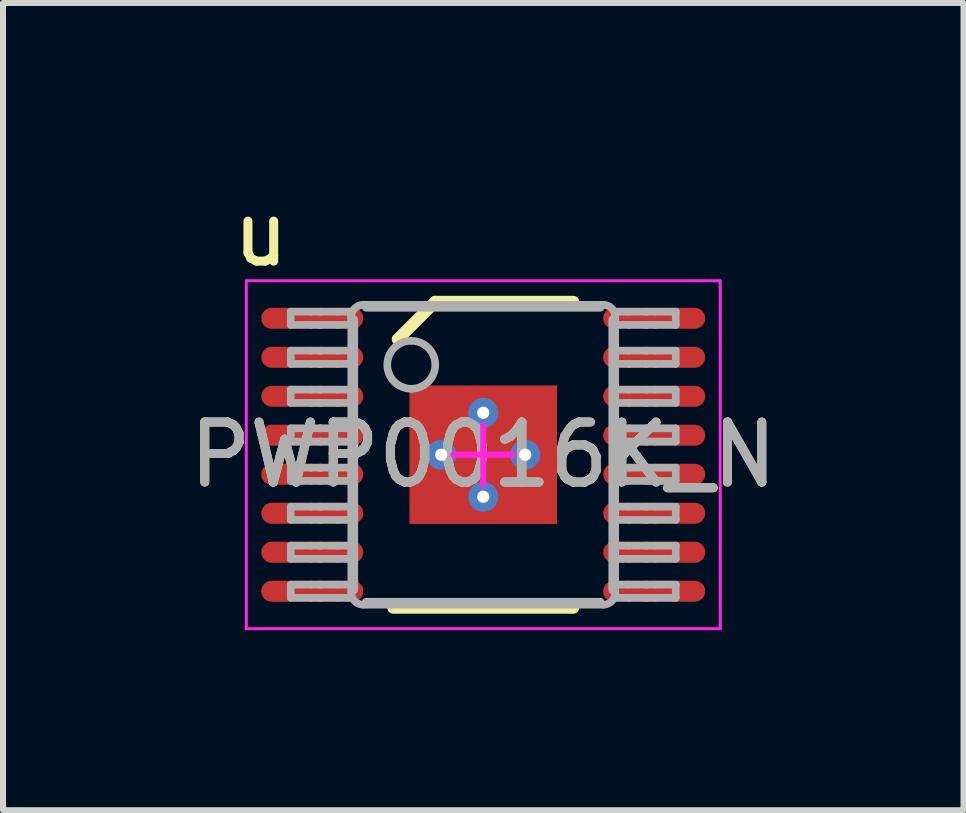
<source format=kicad_pcb>
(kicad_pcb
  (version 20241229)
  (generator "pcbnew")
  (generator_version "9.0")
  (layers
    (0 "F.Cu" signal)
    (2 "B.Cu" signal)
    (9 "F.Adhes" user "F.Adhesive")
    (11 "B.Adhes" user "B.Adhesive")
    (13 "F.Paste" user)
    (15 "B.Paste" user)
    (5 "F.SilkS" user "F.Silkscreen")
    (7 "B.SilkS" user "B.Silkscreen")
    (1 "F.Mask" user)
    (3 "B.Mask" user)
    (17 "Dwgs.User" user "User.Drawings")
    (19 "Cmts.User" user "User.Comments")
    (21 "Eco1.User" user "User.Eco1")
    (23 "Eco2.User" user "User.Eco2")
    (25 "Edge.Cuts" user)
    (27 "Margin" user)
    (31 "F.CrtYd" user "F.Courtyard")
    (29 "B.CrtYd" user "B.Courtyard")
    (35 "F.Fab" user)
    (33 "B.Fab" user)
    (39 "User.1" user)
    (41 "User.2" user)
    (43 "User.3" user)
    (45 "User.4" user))
  (footprint "PWP0016K_N"
    (layer "F.Cu")
    (at 5.006 4.531)
    (property "Reference" "PWP0016K_N" (at 0 0 0) (unlocked yes) (layer "F.SilkS") (effects (font (size 1 1) (thickness 0.15))))
    (attr smd)
    (fp_line (start -1.5 2.55) (end 1.5 2.55) (stroke (width 0.2) (type solid)) (layer "F.SilkS"))
    (fp_line (start -1.425 -1.925) (end -0.8 -2.55) (stroke (width 0.2) (type solid)) (layer "F.SilkS"))
    (fp_line (start -0.8 -2.55) (end 1.5 -2.55) (stroke (width 0.2) (type solid)) (layer "F.SilkS"))
    (fp_line (start -3.95 -2.9) (end 3.95 -2.9) (stroke (width 0.05) (type solid)) (layer "F.CrtYd"))
    (fp_line (start -3.95 2.9) (end -3.95 -2.9) (stroke (width 0.05) (type solid)) (layer "F.CrtYd"))
    (fp_line (start -3.95 2.9) (end 3.95 2.9) (stroke (width 0.05) (type solid)) (layer "F.CrtYd"))
    (fp_line (start -0.5 0.000003) (end 0.5 0.000003) (stroke (width 0.1) (type solid)) (layer "F.CrtYd"))
    (fp_line (start 0 0.5) (end 0 -0.5) (stroke (width 0.1) (type solid)) (layer "F.CrtYd"))
    (fp_line (start 3.95 2.9) (end 3.95 -2.9) (stroke (width 0.05) (type solid)) (layer "F.CrtYd"))
    (fp_line (start -3.209 -2.385) (end -2.871 -2.385) (stroke (width 0.127) (type solid)) (layer "F.Fab"))
    (fp_line (start -3.209 -2.165) (end -3.209 -2.385) (stroke (width 0.127) (type solid)) (layer "F.Fab"))
    (fp_line (start -3.209 -2.165) (end -2.871 -2.165) (stroke (width 0.127) (type solid)) (layer "F.Fab"))
    (fp_line (start -3.209 -1.735) (end -2.871 -1.735) (stroke (width 0.127) (type solid)) (layer "F.Fab"))
    (fp_line (start -3.209 -1.515) (end -3.209 -1.735) (stroke (width 0.127) (type solid)) (layer "F.Fab"))
    (fp_line (start -3.209 -1.515) (end -2.871 -1.515) (stroke (width 0.127) (type solid)) (layer "F.Fab"))
    (fp_line (start -3.209 -1.085) (end -2.871 -1.085) (stroke (width 0.127) (type solid)) (layer "F.Fab"))
    (fp_line (start -3.209 -0.865) (end -3.209 -1.085) (stroke (width 0.127) (type solid)) (layer "F.Fab"))
    (fp_line (start -3.209 -0.865) (end -2.871 -0.865) (stroke (width 0.127) (type solid)) (layer "F.Fab"))
    (fp_line (start -3.209 -0.44) (end -2.871 -0.44) (stroke (width 0.127) (type solid)) (layer "F.Fab"))
    (fp_line (start -3.209 -0.22) (end -3.209 -0.44) (stroke (width 0.127) (type solid)) (layer "F.Fab"))
    (fp_line (start -3.209 -0.22) (end -2.871 -0.22) (stroke (width 0.127) (type solid)) (layer "F.Fab"))
    (fp_line (start -3.209 0.215) (end -2.871 0.215) (stroke (width 0.127) (type solid)) (layer "F.Fab"))
    (fp_line (start -3.209 0.435) (end -3.209 0.215) (stroke (width 0.127) (type solid)) (layer "F.Fab"))
    (fp_line (start -3.209 0.435) (end -2.871 0.435) (stroke (width 0.127) (type solid)) (layer "F.Fab"))
    (fp_line (start -3.209 0.865) (end -2.871 0.865) (stroke (width 0.127) (type solid)) (layer "F.Fab"))
    (fp_line (start -3.209 1.085) (end -3.209 0.865) (stroke (width 0.127) (type solid)) (layer "F.Fab"))
    (fp_line (start -3.209 1.085) (end -2.871 1.085) (stroke (width 0.127) (type solid)) (layer "F.Fab"))
    (fp_line (start -3.209 1.515) (end -2.871 1.515) (stroke (width 0.127) (type solid)) (layer "F.Fab"))
    (fp_line (start -3.209 1.735) (end -3.209 1.515) (stroke (width 0.127) (type solid)) (layer "F.Fab"))
    (fp_line (start -3.209 1.735) (end -2.871 1.735) (stroke (width 0.127) (type solid)) (layer "F.Fab"))
    (fp_line (start -3.209 2.165) (end -2.871 2.165) (stroke (width 0.127) (type solid)) (layer "F.Fab"))
    (fp_line (start -3.209 2.385) (end -3.209 2.165) (stroke (width 0.127) (type solid)) (layer "F.Fab"))
    (fp_line (start -3.209 2.385) (end -2.871 2.385) (stroke (width 0.127) (type solid)) (layer "F.Fab"))
    (fp_line (start -2.871 -2.385) (end -2.723 -2.385) (stroke (width 0.127) (type solid)) (layer "F.Fab"))
    (fp_line (start -2.871 -2.165) (end -2.723 -2.165) (stroke (width 0.127) (type solid)) (layer "F.Fab"))
    (fp_line (start -2.871 -1.735) (end -2.723 -1.735) (stroke (width 0.127) (type solid)) (layer "F.Fab"))
    (fp_line (start -2.871 -1.515) (end -2.723 -1.515) (stroke (width 0.127) (type solid)) (layer "F.Fab"))
    (fp_line (start -2.871 -1.085) (end -2.723 -1.085) (stroke (width 0.127) (type solid)) (layer "F.Fab"))
    (fp_line (start -2.871 -0.865) (end -2.723 -0.865) (stroke (width 0.127) (type solid)) (layer "F.Fab"))
    (fp_line (start -2.871 -0.44) (end -2.723 -0.44) (stroke (width 0.127) (type solid)) (layer "F.Fab"))
    (fp_line (start -2.871 -0.22) (end -2.723 -0.22) (stroke (width 0.127) (type solid)) (layer "F.Fab"))
    (fp_line (start -2.871 0.215) (end -2.723 0.215) (stroke (width 0.127) (type solid)) (layer "F.Fab"))
    (fp_line (start -2.871 0.435) (end -2.723 0.435) (stroke (width 0.127) (type solid)) (layer "F.Fab"))
    (fp_line (start -2.871 0.865) (end -2.723 0.865) (stroke (width 0.127) (type solid)) (layer "F.Fab"))
    (fp_line (start -2.871 1.085) (end -2.723 1.085) (stroke (width 0.127) (type solid)) (layer "F.Fab"))
    (fp_line (start -2.871 1.515) (end -2.723 1.515) (stroke (width 0.127) (type solid)) (layer "F.Fab"))
    (fp_line (start -2.871 1.735) (end -2.723 1.735) (stroke (width 0.127) (type solid)) (layer "F.Fab"))
    (fp_line (start -2.871 2.165) (end -2.723 2.165) (stroke (width 0.127) (type solid)) (layer "F.Fab"))
    (fp_line (start -2.871 2.385) (end -2.723 2.385) (stroke (width 0.127) (type solid)) (layer "F.Fab"))
    (fp_line (start -2.723 -2.385) (end -2.714 -2.385) (stroke (width 0.127) (type solid)) (layer "F.Fab"))
    (fp_line (start -2.723 -2.165) (end -2.714 -2.165) (stroke (width 0.127) (type solid)) (layer "F.Fab"))
    (fp_line (start -2.723 -1.735) (end -2.714 -1.735) (stroke (width 0.127) (type solid)) (layer "F.Fab"))
    (fp_line (start -2.723 -1.515) (end -2.714 -1.515) (stroke (width 0.127) (type solid)) (layer "F.Fab"))
    (fp_line (start -2.723 -1.085) (end -2.714 -1.085) (stroke (width 0.127) (type solid)) (layer "F.Fab"))
    (fp_line (start -2.723 -0.865) (end -2.714 -0.865) (stroke (width 0.127) (type solid)) (layer "F.Fab"))
    (fp_line (start -2.723 -0.44) (end -2.714 -0.44) (stroke (width 0.127) (type solid)) (layer "F.Fab"))
    (fp_line (start -2.723 -0.22) (end -2.714 -0.22) (stroke (width 0.127) (type solid)) (layer "F.Fab"))
    (fp_line (start -2.723 0.215) (end -2.714 0.215) (stroke (width 0.127) (type solid)) (layer "F.Fab"))
    (fp_line (start -2.723 0.435) (end -2.714 0.435) (stroke (width 0.127) (type solid)) (layer "F.Fab"))
    (fp_line (start -2.723 0.865) (end -2.714 0.865) (stroke (width 0.127) (type solid)) (layer "F.Fab"))
    (fp_line (start -2.723 1.085) (end -2.714 1.085) (stroke (width 0.127) (type solid)) (layer "F.Fab"))
    (fp_line (start -2.723 1.515) (end -2.714 1.515) (stroke (width 0.127) (type solid)) (layer "F.Fab"))
    (fp_line (start -2.723 1.735) (end -2.714 1.735) (stroke (width 0.127) (type solid)) (layer "F.Fab"))
    (fp_line (start -2.723 2.165) (end -2.714 2.165) (stroke (width 0.127) (type solid)) (layer "F.Fab"))
    (fp_line (start -2.723 2.385) (end -2.714 2.385) (stroke (width 0.127) (type solid)) (layer "F.Fab"))
    (fp_line (start -2.714 -2.385) (end -2.429 -2.385) (stroke (width 0.127) (type solid)) (layer "F.Fab"))
    (fp_line (start -2.714 -2.165) (end -2.429 -2.165) (stroke (width 0.127) (type solid)) (layer "F.Fab"))
    (fp_line (start -2.714 -1.735) (end -2.429 -1.735) (stroke (width 0.127) (type solid)) (layer "F.Fab"))
    (fp_line (start -2.714 -1.515) (end -2.429 -1.515) (stroke (width 0.127) (type solid)) (layer "F.Fab"))
    (fp_line (start -2.714 -1.085) (end -2.429 -1.085) (stroke (width 0.127) (type solid)) (layer "F.Fab"))
    (fp_line (start -2.714 -0.865) (end -2.429 -0.865) (stroke (width 0.127) (type solid)) (layer "F.Fab"))
    (fp_line (start -2.714 -0.44) (end -2.429 -0.44) (stroke (width 0.127) (type solid)) (layer "F.Fab"))
    (fp_line (start -2.714 -0.22) (end -2.429 -0.22) (stroke (width 0.127) (type solid)) (layer "F.Fab"))
    (fp_line (start -2.714 0.215) (end -2.429 0.215) (stroke (width 0.127) (type solid)) (layer "F.Fab"))
    (fp_line (start -2.714 0.435) (end -2.429 0.435) (stroke (width 0.127) (type solid)) (layer "F.Fab"))
    (fp_line (start -2.714 0.865) (end -2.429 0.865) (stroke (width 0.127) (type solid)) (layer "F.Fab"))
    (fp_line (start -2.714 1.085) (end -2.429 1.085) (stroke (width 0.127) (type solid)) (layer "F.Fab"))
    (fp_line (start -2.714 1.515) (end -2.429 1.515) (stroke (width 0.127) (type solid)) (layer "F.Fab"))
    (fp_line (start -2.714 1.735) (end -2.429 1.735) (stroke (width 0.127) (type solid)) (layer "F.Fab"))
    (fp_line (start -2.714 2.165) (end -2.429 2.165) (stroke (width 0.127) (type solid)) (layer "F.Fab"))
    (fp_line (start -2.714 2.385) (end -2.429 2.385) (stroke (width 0.127) (type solid)) (layer "F.Fab"))
    (fp_line (start -2.429 -2.385) (end -2.2 -2.385) (stroke (width 0.127) (type solid)) (layer "F.Fab"))
    (fp_line (start -2.429 -2.165) (end -2.2 -2.165) (stroke (width 0.127) (type solid)) (layer "F.Fab"))
    (fp_line (start -2.429 -1.735) (end -2.2 -1.735) (stroke (width 0.127) (type solid)) (layer "F.Fab"))
    (fp_line (start -2.429 -1.515) (end -2.2 -1.515) (stroke (width 0.127) (type solid)) (layer "F.Fab"))
    (fp_line (start -2.429 -1.085) (end -2.2 -1.085) (stroke (width 0.127) (type solid)) (layer "F.Fab"))
    (fp_line (start -2.429 -0.865) (end -2.2 -0.865) (stroke (width 0.127) (type solid)) (layer "F.Fab"))
    (fp_line (start -2.429 -0.44) (end -2.2 -0.44) (stroke (width 0.127) (type solid)) (layer "F.Fab"))
    (fp_line (start -2.429 -0.22) (end -2.2 -0.22) (stroke (width 0.127) (type solid)) (layer "F.Fab"))
    (fp_line (start -2.429 0.215) (end -2.2 0.215) (stroke (width 0.127) (type solid)) (layer "F.Fab"))
    (fp_line (start -2.429 0.435) (end -2.2 0.435) (stroke (width 0.127) (type solid)) (layer "F.Fab"))
    (fp_line (start -2.429 0.865) (end -2.2 0.865) (stroke (width 0.127) (type solid)) (layer "F.Fab"))
    (fp_line (start -2.429 1.085) (end -2.2 1.085) (stroke (width 0.127) (type solid)) (layer "F.Fab"))
    (fp_line (start -2.429 1.515) (end -2.2 1.515) (stroke (width 0.127) (type solid)) (layer "F.Fab"))
    (fp_line (start -2.429 1.735) (end -2.2 1.735) (stroke (width 0.127) (type solid)) (layer "F.Fab"))
    (fp_line (start -2.429 2.165) (end -2.2 2.165) (stroke (width 0.127) (type solid)) (layer "F.Fab"))
    (fp_line (start -2.429 2.385) (end -2.2 2.385) (stroke (width 0.127) (type solid)) (layer "F.Fab"))
    (fp_line (start -2.2 -2.165) (end -2.2 -2.385) (stroke (width 0.127) (type solid)) (layer "F.Fab"))
    (fp_line (start -2.2 -1.515) (end -2.2 -1.735) (stroke (width 0.127) (type solid)) (layer "F.Fab"))
    (fp_line (start -2.2 -0.865) (end -2.2 -1.085) (stroke (width 0.127) (type solid)) (layer "F.Fab"))
    (fp_line (start -2.2 -0.22) (end -2.2 -0.44) (stroke (width 0.127) (type solid)) (layer "F.Fab"))
    (fp_line (start -2.2 0.435) (end -2.2 0.215) (stroke (width 0.127) (type solid)) (layer "F.Fab"))
    (fp_line (start -2.2 1.085) (end -2.2 0.865) (stroke (width 0.127) (type solid)) (layer "F.Fab"))
    (fp_line (start -2.2 1.735) (end -2.2 1.515) (stroke (width 0.127) (type solid)) (layer "F.Fab"))
    (fp_line (start -2.2 2.3) (end -2.2 -2.3) (stroke (width 0.127) (type solid)) (layer "F.Fab"))
    (fp_line (start -2.2 2.385) (end -2.2 2.165) (stroke (width 0.127) (type solid)) (layer "F.Fab"))
    (fp_line (start -2.15 2.256) (end -2.15 -2.256) (stroke (width 0.127) (type solid)) (layer "F.Fab"))
    (fp_line (start -2 -2.5) (end 2 -2.5) (stroke (width 0.127) (type solid)) (layer "F.Fab"))
    (fp_line (start -2 2.5) (end 2 2.5) (stroke (width 0.127) (type solid)) (layer "F.Fab"))
    (fp_line (start -1.956 -2.45) (end 1.956 -2.45) (stroke (width 0.127) (type solid)) (layer "F.Fab"))
    (fp_line (start -1.956 2.45) (end 1.956 2.45) (stroke (width 0.127) (type solid)) (layer "F.Fab"))
    (fp_line (start 2.15 2.256) (end 2.15 -2.256) (stroke (width 0.127) (type solid)) (layer "F.Fab"))
    (fp_line (start 2.2 -2.385) (end 2.429 -2.385) (stroke (width 0.127) (type solid)) (layer "F.Fab"))
    (fp_line (start 2.2 -2.165) (end 2.2 -2.385) (stroke (width 0.127) (type solid)) (layer "F.Fab"))
    (fp_line (start 2.2 -2.165) (end 2.429 -2.165) (stroke (width 0.127) (type solid)) (layer "F.Fab"))
    (fp_line (start 2.2 -1.735) (end 2.429 -1.735) (stroke (width 0.127) (type solid)) (layer "F.Fab"))
    (fp_line (start 2.2 -1.515) (end 2.2 -1.735) (stroke (width 0.127) (type solid)) (layer "F.Fab"))
    (fp_line (start 2.2 -1.515) (end 2.429 -1.515) (stroke (width 0.127) (type solid)) (layer "F.Fab"))
    (fp_line (start 2.2 -1.085) (end 2.429 -1.085) (stroke (width 0.127) (type solid)) (layer "F.Fab"))
    (fp_line (start 2.2 -0.865) (end 2.2 -1.085) (stroke (width 0.127) (type solid)) (layer "F.Fab"))
    (fp_line (start 2.2 -0.865) (end 2.429 -0.865) (stroke (width 0.127) (type solid)) (layer "F.Fab"))
    (fp_line (start 2.2 -0.44) (end 2.429 -0.44) (stroke (width 0.127) (type solid)) (layer "F.Fab"))
    (fp_line (start 2.2 -0.22) (end 2.2 -0.44) (stroke (width 0.127) (type solid)) (layer "F.Fab"))
    (fp_line (start 2.2 -0.22) (end 2.429 -0.22) (stroke (width 0.127) (type solid)) (layer "F.Fab"))
    (fp_line (start 2.2 0.215) (end 2.429 0.215) (stroke (width 0.127) (type solid)) (layer "F.Fab"))
    (fp_line (start 2.2 0.435) (end 2.2 0.215) (stroke (width 0.127) (type solid)) (layer "F.Fab"))
    (fp_line (start 2.2 0.435) (end 2.429 0.435) (stroke (width 0.127) (type solid)) (layer "F.Fab"))
    (fp_line (start 2.2 0.865) (end 2.429 0.865) (stroke (width 0.127) (type solid)) (layer "F.Fab"))
    (fp_line (start 2.2 1.085) (end 2.2 0.865) (stroke (width 0.127) (type solid)) (layer "F.Fab"))
    (fp_line (start 2.2 1.085) (end 2.429 1.085) (stroke (width 0.127) (type solid)) (layer "F.Fab"))
    (fp_line (start 2.2 1.515) (end 2.429 1.515) (stroke (width 0.127) (type solid)) (layer "F.Fab"))
    (fp_line (start 2.2 1.735) (end 2.2 1.515) (stroke (width 0.127) (type solid)) (layer "F.Fab"))
    (fp_line (start 2.2 1.735) (end 2.429 1.735) (stroke (width 0.127) (type solid)) (layer "F.Fab"))
    (fp_line (start 2.2 2.165) (end 2.429 2.165) (stroke (width 0.127) (type solid)) (layer "F.Fab"))
    (fp_line (start 2.2 2.3) (end 2.2 -2.3) (stroke (width 0.127) (type solid)) (layer "F.Fab"))
    (fp_line (start 2.2 2.385) (end 2.2 2.165) (stroke (width 0.127) (type solid)) (layer "F.Fab"))
    (fp_line (start 2.2 2.385) (end 2.429 2.385) (stroke (width 0.127) (type solid)) (layer "F.Fab"))
    (fp_line (start 2.429 -2.385) (end 2.714 -2.385) (stroke (width 0.127) (type solid)) (layer "F.Fab"))
    (fp_line (start 2.429 -2.165) (end 2.714 -2.165) (stroke (width 0.127) (type solid)) (layer "F.Fab"))
    (fp_line (start 2.429 -1.735) (end 2.714 -1.735) (stroke (width 0.127) (type solid)) (layer "F.Fab"))
    (fp_line (start 2.429 -1.515) (end 2.714 -1.515) (stroke (width 0.127) (type solid)) (layer "F.Fab"))
    (fp_line (start 2.429 -1.085) (end 2.714 -1.085) (stroke (width 0.127) (type solid)) (layer "F.Fab"))
    (fp_line (start 2.429 -0.865) (end 2.714 -0.865) (stroke (width 0.127) (type solid)) (layer "F.Fab"))
    (fp_line (start 2.429 -0.44) (end 2.714 -0.44) (stroke (width 0.127) (type solid)) (layer "F.Fab"))
    (fp_line (start 2.429 -0.22) (end 2.714 -0.22) (stroke (width 0.127) (type solid)) (layer "F.Fab"))
    (fp_line (start 2.429 0.215) (end 2.714 0.215) (stroke (width 0.127) (type solid)) (layer "F.Fab"))
    (fp_line (start 2.429 0.435) (end 2.714 0.435) (stroke (width 0.127) (type solid)) (layer "F.Fab"))
    (fp_line (start 2.429 0.865) (end 2.714 0.865) (stroke (width 0.127) (type solid)) (layer "F.Fab"))
    (fp_line (start 2.429 1.085) (end 2.714 1.085) (stroke (width 0.127) (type solid)) (layer "F.Fab"))
    (fp_line (start 2.429 1.515) (end 2.714 1.515) (stroke (width 0.127) (type solid)) (layer "F.Fab"))
    (fp_line (start 2.429 1.735) (end 2.714 1.735) (stroke (width 0.127) (type solid)) (layer "F.Fab"))
    (fp_line (start 2.429 2.165) (end 2.714 2.165) (stroke (width 0.127) (type solid)) (layer "F.Fab"))
    (fp_line (start 2.429 2.385) (end 2.714 2.385) (stroke (width 0.127) (type solid)) (layer "F.Fab"))
    (fp_line (start 2.714 -2.385) (end 2.723 -2.385) (stroke (width 0.127) (type solid)) (layer "F.Fab"))
    (fp_line (start 2.714 -2.165) (end 2.723 -2.165) (stroke (width 0.127) (type solid)) (layer "F.Fab"))
    (fp_line (start 2.714 -1.735) (end 2.723 -1.735) (stroke (width 0.127) (type solid)) (layer "F.Fab"))
    (fp_line (start 2.714 -1.515) (end 2.723 -1.515) (stroke (width 0.127) (type solid)) (layer "F.Fab"))
    (fp_line (start 2.714 -1.085) (end 2.723 -1.085) (stroke (width 0.127) (type solid)) (layer "F.Fab"))
    (fp_line (start 2.714 -0.865) (end 2.723 -0.865) (stroke (width 0.127) (type solid)) (layer "F.Fab"))
    (fp_line (start 2.714 -0.44) (end 2.723 -0.44) (stroke (width 0.127) (type solid)) (layer "F.Fab"))
    (fp_line (start 2.714 -0.22) (end 2.723 -0.22) (stroke (width 0.127) (type solid)) (layer "F.Fab"))
    (fp_line (start 2.714 0.215) (end 2.723 0.215) (stroke (width 0.127) (type solid)) (layer "F.Fab"))
    (fp_line (start 2.714 0.435) (end 2.723 0.435) (stroke (width 0.127) (type solid)) (layer "F.Fab"))
    (fp_line (start 2.714 0.865) (end 2.723 0.865) (stroke (width 0.127) (type solid)) (layer "F.Fab"))
    (fp_line (start 2.714 1.085) (end 2.723 1.085) (stroke (width 0.127) (type solid)) (layer "F.Fab"))
    (fp_line (start 2.714 1.515) (end 2.723 1.515) (stroke (width 0.127) (type solid)) (layer "F.Fab"))
    (fp_line (start 2.714 1.735) (end 2.723 1.735) (stroke (width 0.127) (type solid)) (layer "F.Fab"))
    (fp_line (start 2.714 2.165) (end 2.723 2.165) (stroke (width 0.127) (type solid)) (layer "F.Fab"))
    (fp_line (start 2.714 2.385) (end 2.723 2.385) (stroke (width 0.127) (type solid)) (layer "F.Fab"))
    (fp_line (start 2.723 -2.385) (end 2.871 -2.385) (stroke (width 0.127) (type solid)) (layer "F.Fab"))
    (fp_line (start 2.723 -2.165) (end 2.871 -2.165) (stroke (width 0.127) (type solid)) (layer "F.Fab"))
    (fp_line (start 2.723 -1.735) (end 2.871 -1.735) (stroke (width 0.127) (type solid)) (layer "F.Fab"))
    (fp_line (start 2.723 -1.515) (end 2.871 -1.515) (stroke (width 0.127) (type solid)) (layer "F.Fab"))
    (fp_line (start 2.723 -1.085) (end 2.871 -1.085) (stroke (width 0.127) (type solid)) (layer "F.Fab"))
    (fp_line (start 2.723 -0.865) (end 2.871 -0.865) (stroke (width 0.127) (type solid)) (layer "F.Fab"))
    (fp_line (start 2.723 -0.44) (end 2.871 -0.44) (stroke (width 0.127) (type solid)) (layer "F.Fab"))
    (fp_line (start 2.723 -0.22) (end 2.871 -0.22) (stroke (width 0.127) (type solid)) (layer "F.Fab"))
    (fp_line (start 2.723 0.215) (end 2.871 0.215) (stroke (width 0.127) (type solid)) (layer "F.Fab"))
    (fp_line (start 2.723 0.435) (end 2.871 0.435) (stroke (width 0.127) (type solid)) (layer "F.Fab"))
    (fp_line (start 2.723 0.865) (end 2.871 0.865) (stroke (width 0.127) (type solid)) (layer "F.Fab"))
    (fp_line (start 2.723 1.085) (end 2.871 1.085) (stroke (width 0.127) (type solid)) (layer "F.Fab"))
    (fp_line (start 2.723 1.515) (end 2.871 1.515) (stroke (width 0.127) (type solid)) (layer "F.Fab"))
    (fp_line (start 2.723 1.735) (end 2.871 1.735) (stroke (width 0.127) (type solid)) (layer "F.Fab"))
    (fp_line (start 2.723 2.165) (end 2.871 2.165) (stroke (width 0.127) (type solid)) (layer "F.Fab"))
    (fp_line (start 2.723 2.385) (end 2.871 2.385) (stroke (width 0.127) (type solid)) (layer "F.Fab"))
    (fp_line (start 2.871 -2.385) (end 3.209 -2.385) (stroke (width 0.127) (type solid)) (layer "F.Fab"))
    (fp_line (start 2.871 -2.165) (end 3.209 -2.165) (stroke (width 0.127) (type solid)) (layer "F.Fab"))
    (fp_line (start 2.871 -1.735) (end 3.209 -1.735) (stroke (width 0.127) (type solid)) (layer "F.Fab"))
    (fp_line (start 2.871 -1.515) (end 3.209 -1.515) (stroke (width 0.127) (type solid)) (layer "F.Fab"))
    (fp_line (start 2.871 -1.085) (end 3.209 -1.085) (stroke (width 0.127) (type solid)) (layer "F.Fab"))
    (fp_line (start 2.871 -0.865) (end 3.209 -0.865) (stroke (width 0.127) (type solid)) (layer "F.Fab"))
    (fp_line (start 2.871 -0.44) (end 3.209 -0.44) (stroke (width 0.127) (type solid)) (layer "F.Fab"))
    (fp_line (start 2.871 -0.22) (end 3.209 -0.22) (stroke (width 0.127) (type solid)) (layer "F.Fab"))
    (fp_line (start 2.871 0.215) (end 3.209 0.215) (stroke (width 0.127) (type solid)) (layer "F.Fab"))
    (fp_line (start 2.871 0.435) (end 3.209 0.435) (stroke (width 0.127) (type solid)) (layer "F.Fab"))
    (fp_line (start 2.871 0.865) (end 3.209 0.865) (stroke (width 0.127) (type solid)) (layer "F.Fab"))
    (fp_line (start 2.871 1.085) (end 3.209 1.085) (stroke (width 0.127) (type solid)) (layer "F.Fab"))
    (fp_line (start 2.871 1.515) (end 3.209 1.515) (stroke (width 0.127) (type solid)) (layer "F.Fab"))
    (fp_line (start 2.871 1.735) (end 3.209 1.735) (stroke (width 0.127) (type solid)) (layer "F.Fab"))
    (fp_line (start 2.871 2.165) (end 3.209 2.165) (stroke (width 0.127) (type solid)) (layer "F.Fab"))
    (fp_line (start 2.871 2.385) (end 3.209 2.385) (stroke (width 0.127) (type solid)) (layer "F.Fab"))
    (fp_line (start 3.209 -2.165) (end 3.209 -2.385) (stroke (width 0.127) (type solid)) (layer "F.Fab"))
    (fp_line (start 3.209 -1.515) (end 3.209 -1.735) (stroke (width 0.127) (type solid)) (layer "F.Fab"))
    (fp_line (start 3.209 -0.865) (end 3.209 -1.085) (stroke (width 0.127) (type solid)) (layer "F.Fab"))
    (fp_line (start 3.209 -0.22) (end 3.209 -0.44) (stroke (width 0.127) (type solid)) (layer "F.Fab"))
    (fp_line (start 3.209 0.435) (end 3.209 0.215) (stroke (width 0.127) (type solid)) (layer "F.Fab"))
    (fp_line (start 3.209 1.085) (end 3.209 0.865) (stroke (width 0.127) (type solid)) (layer "F.Fab"))
    (fp_line (start 3.209 1.735) (end 3.209 1.515) (stroke (width 0.127) (type solid)) (layer "F.Fab"))
    (fp_line (start 3.209 2.385) (end 3.209 2.165) (stroke (width 0.127) (type solid)) (layer "F.Fab"))
    (fp_arc (start -2.200001 -2.300015) (mid -2.141422 -2.441437) (end -2.000001 -2.500015) (stroke (width 0.127) (type solid)) (layer "F.Fab"))
    (fp_arc (start -2.000001 2.5) (mid -2.141422 2.441422) (end -2.200001 2.3) (stroke (width 0.127) (type solid)) (layer "F.Fab"))
    (fp_arc (start -1.200003 -1.900017) (mid -0.800003 -1.500017) (end -1.200003 -1.100018) (stroke (width 0.127) (type solid)) (layer "F.Fab"))
    (fp_arc (start -1.200003 -1.100018) (mid -1.600002 -1.500017) (end -1.200003 -1.900017) (stroke (width 0.127) (type solid)) (layer "F.Fab"))
    (fp_arc (start 1.999991 -2.500015) (mid 2.141412 -2.441437) (end 2.199991 -2.300016) (stroke (width 0.127) (type solid)) (layer "F.Fab"))
    (fp_arc (start 2.199991 2.3) (mid 2.141412 2.441422) (end 1.999991 2.5) (stroke (width 0.127) (type solid)) (layer "F.Fab"))
    (fp_text user "u" (at -3.708 -3.683 0) (unlocked yes) (layer "F.SilkS") (effects (font (size 1 1) (thickness 0.15))))
    (fp_text user "${REFERENCE}" (at 0 0 0) (unlocked yes) (layer "F.Fab") (effects (font (size 1 1) (thickness 0.15))))
    (pad "1" smd oval (at -2.85 -2.275 90) (size 0.35 1.7) (layers "F.Cu" "F.Mask" "F.Paste"))
    (pad "2" smd oval (at -2.85 -1.625 90) (size 0.35 1.7) (layers "F.Cu" "F.Mask" "F.Paste"))
    (pad "3" smd oval (at -2.85 -0.975 90) (size 0.35 1.7) (layers "F.Cu" "F.Mask" "F.Paste"))
    (pad "4" smd oval (at -2.85 -0.325 90) (size 0.35 1.7) (layers "F.Cu" "F.Mask" "F.Paste"))
    (pad "5" smd oval (at -2.85 0.325 90) (size 0.35 1.7) (layers "F.Cu" "F.Mask" "F.Paste"))
    (pad "6" smd oval (at -2.85 0.975 90) (size 0.35 1.7) (layers "F.Cu" "F.Mask" "F.Paste"))
    (pad "7" smd oval (at -2.85 1.625 90) (size 0.35 1.7) (layers "F.Cu" "F.Mask" "F.Paste"))
    (pad "8" smd oval (at -2.85 2.275 90) (size 0.35 1.7) (layers "F.Cu" "F.Mask" "F.Paste"))
    (pad "9" smd oval (at 2.85 2.275 90) (size 0.35 1.7) (layers "F.Cu" "F.Mask" "F.Paste"))
    (pad "10" smd oval (at 2.85 1.625 90) (size 0.35 1.7) (layers "F.Cu" "F.Mask" "F.Paste"))
    (pad "11" smd oval (at 2.85 0.975 90) (size 0.35 1.7) (layers "F.Cu" "F.Mask" "F.Paste"))
    (pad "12" smd oval (at 2.85 0.325 90) (size 0.35 1.7) (layers "F.Cu" "F.Mask" "F.Paste"))
    (pad "13" smd oval (at 2.85 -0.325 90) (size 0.35 1.7) (layers "F.Cu" "F.Mask" "F.Paste"))
    (pad "14" smd oval (at 2.85 -0.975 90) (size 0.35 1.7) (layers "F.Cu" "F.Mask" "F.Paste"))
    (pad "15" smd oval (at 2.85 -1.625 90) (size 0.35 1.7) (layers "F.Cu" "F.Mask" "F.Paste"))
    (pad "16" smd oval (at 2.85 -2.275 90) (size 0.35 1.7) (layers "F.Cu" "F.Mask" "F.Paste"))
    (pad "17" smd rect (at 0 0) (size 2.46 2.31) (layers "F.Cu" "F.Mask" "F.Paste"))
    (pad "V" thru_hole circle (at -0.7 0) (size 0.5 0.5) (drill 0.203) (layers "*.Cu" "*.Mask"))
    (pad "V" thru_hole circle (at 0 -0.7) (size 0.5 0.5) (drill 0.203) (layers "*.Cu" "*.Mask"))
    (pad "V" thru_hole circle (at 0 0.7) (size 0.5 0.5) (drill 0.203) (layers "*.Cu" "*.Mask"))
    (pad "V" thru_hole circle (at 0.7 0) (size 0.5 0.5) (drill 0.203) (layers "*.Cu" "*.Mask")))
  (gr_rect
    (start -3 -3)
    (end 13.012 10.456)
    (stroke (width 0.1) (type default))
    (fill no)
    (layer "Edge.Cuts")))
</source>
